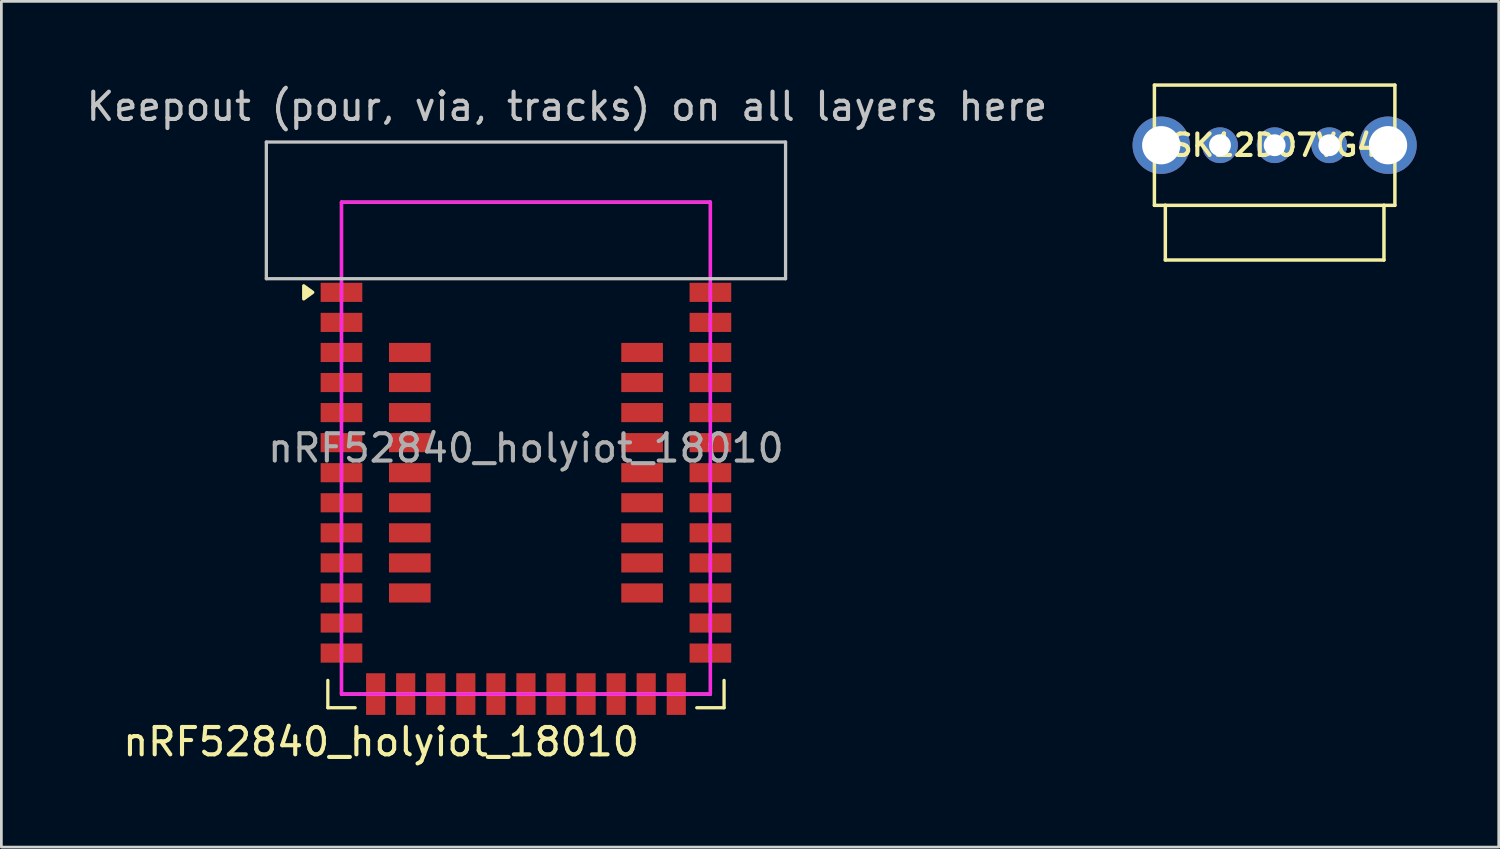
<source format=kicad_pcb>
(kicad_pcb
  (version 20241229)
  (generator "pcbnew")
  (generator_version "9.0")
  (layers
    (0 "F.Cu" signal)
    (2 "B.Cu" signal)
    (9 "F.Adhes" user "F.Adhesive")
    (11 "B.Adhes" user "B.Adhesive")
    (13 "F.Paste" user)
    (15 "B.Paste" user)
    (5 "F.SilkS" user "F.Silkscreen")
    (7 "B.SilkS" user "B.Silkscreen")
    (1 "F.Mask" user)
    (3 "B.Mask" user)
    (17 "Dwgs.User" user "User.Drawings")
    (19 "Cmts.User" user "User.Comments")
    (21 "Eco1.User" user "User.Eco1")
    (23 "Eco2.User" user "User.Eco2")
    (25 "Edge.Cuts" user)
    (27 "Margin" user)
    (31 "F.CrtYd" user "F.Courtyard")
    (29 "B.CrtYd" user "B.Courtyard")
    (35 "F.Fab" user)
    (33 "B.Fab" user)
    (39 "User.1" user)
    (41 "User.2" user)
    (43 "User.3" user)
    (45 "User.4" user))
  (footprint "SK12D07VG4"
    (layer "F.Cu")
    (at 43.593 2.264)
    (property "Reference" "SK12D07VG4" (at 0 0 0) (layer "F.SilkS") (effects (font (size 0.787 0.787) (thickness 0.15))))
    (attr through_hole)
    (fp_line (start -4.4 -2.2) (end 4.4 -2.2) (stroke (width 0.127) (type solid)) (layer "F.SilkS"))
    (fp_line (start -4.4 2.2) (end -4.4 -2.2) (stroke (width 0.127) (type solid)) (layer "F.SilkS"))
    (fp_line (start -4 2.2) (end -4.4 2.2) (stroke (width 0.127) (type solid)) (layer "F.SilkS"))
    (fp_line (start -4 2.2) (end -4 4.2) (stroke (width 0.127) (type solid)) (layer "F.SilkS"))
    (fp_line (start -4 4.2) (end 4 4.2) (stroke (width 0.127) (type solid)) (layer "F.SilkS"))
    (fp_line (start 4 2.2) (end -4 2.2) (stroke (width 0.127) (type solid)) (layer "F.SilkS"))
    (fp_line (start 4 4.2) (end 4 2.2) (stroke (width 0.127) (type solid)) (layer "F.SilkS"))
    (fp_line (start 4.4 -2.2) (end 4.4 2.2) (stroke (width 0.127) (type solid)) (layer "F.SilkS"))
    (fp_line (start 4.4 2.2) (end 4 2.2) (stroke (width 0.127) (type solid)) (layer "F.SilkS"))
    (pad "1" thru_hole circle (at -2 0) (size 1.308 1.308) (drill 0.8) (layers "*.Cu" "*.Mask"))
    (pad "2" thru_hole circle (at 2 0) (size 1.308 1.308) (drill 0.8) (layers "*.Cu" "*.Mask"))
    (pad "COM" thru_hole circle (at 0 0) (size 1.308 1.308) (drill 0.8) (layers "*.Cu" "*.Mask"))
    (pad "M1" thru_hole circle (at -4.15 0) (size 2.1 2.1) (drill 1.4) (layers "*.Cu" "*.Mask"))
    (pad "M2" thru_hole circle (at 4.15 0) (size 2.1 2.1) (drill 1.4) (layers "*.Cu" "*.Mask")))
  (footprint "nRF52840_holyiot_18010"
    (layer "F.Cu")
    (at 16.196 13.348)
    (property "Reference" "nRF52840_holyiot_18010" (at -5.3 10.75 0) (layer "F.SilkS") (effects (font (size 1 1) (thickness 0.15))))
    (attr smd)
    (fp_line (start -7.25 8.5) (end -7.25 9.5) (stroke (width 0.12) (type solid)) (layer "F.SilkS"))
    (fp_line (start -6.25 9.5) (end -7.25 9.5) (stroke (width 0.12) (type solid)) (layer "F.SilkS"))
    (fp_line (start 6.25 9.5) (end 7.25 9.5) (stroke (width 0.12) (type solid)) (layer "F.SilkS"))
    (fp_line (start 7.25 8.5) (end 7.25 9.5) (stroke (width 0.12) (type solid)) (layer "F.SilkS"))
    (fp_poly (pts (xy -7.802 -5.7) (xy -8.132 -5.46) (xy -8.132 -5.94) (xy -7.802 -5.7)) (stroke (width 0.12) (type solid)) (fill yes) (layer "F.SilkS"))
    (fp_line (start -9.5 -11.2) (end 9.5 -11.2) (stroke (width 0.12) (type solid)) (layer "Dwgs.User"))
    (fp_line (start -9.5 -6.2) (end -9.5 -11.2) (stroke (width 0.12) (type solid)) (layer "Dwgs.User"))
    (fp_line (start 9.5 -11.2) (end 9.5 -6.2) (stroke (width 0.12) (type solid)) (layer "Dwgs.User"))
    (fp_line (start 9.5 -6.2) (end -9.5 -6.2) (stroke (width 0.12) (type solid)) (layer "Dwgs.User"))
    (fp_line (start -6.75 -9) (end 6.75 -9) (stroke (width 0.12) (type solid)) (layer "F.CrtYd"))
    (fp_line (start -6.75 9) (end -6.75 -9) (stroke (width 0.12) (type solid)) (layer "F.CrtYd"))
    (fp_line (start 6.75 -9) (end 6.75 9) (stroke (width 0.12) (type solid)) (layer "F.CrtYd"))
    (fp_line (start 6.75 9) (end -6.75 9) (stroke (width 0.12) (type solid)) (layer "F.CrtYd"))
    (fp_line (start -6.75 -9) (end 6.75 -9) (stroke (width 0.12) (type solid)) (layer "F.Fab"))
    (fp_line (start -6.75 9) (end -6.75 -9) (stroke (width 0.12) (type solid)) (layer "F.Fab"))
    (fp_line (start 6.75 -9) (end 6.75 9) (stroke (width 0.12) (type solid)) (layer "F.Fab"))
    (fp_line (start 6.75 9) (end -6.75 9) (stroke (width 0.12) (type solid)) (layer "F.Fab"))
    (fp_text user "Keepout (pour, via, tracks) on all layers here" (at 1.5 -12.5 0) (layer "Dwgs.User") (effects (font (size 1 1) (thickness 0.15))))
    (fp_text user "${REFERENCE}" (at 0 0 0) (layer "F.Fab") (effects (font (size 1 1) (thickness 0.15))))
    (pad "1" smd rect (at -6.75 -5.7) (size 1.524 0.7) (layers "F.Cu" "F.Mask" "F.Paste"))
    (pad "2" smd rect (at -6.75 -4.6) (size 1.524 0.7) (layers "F.Cu" "F.Mask" "F.Paste"))
    (pad "3" smd rect (at -6.75 -3.5) (size 1.524 0.7) (layers "F.Cu" "F.Mask" "F.Paste"))
    (pad "4" smd rect (at -6.75 -2.4) (size 1.524 0.7) (layers "F.Cu" "F.Mask" "F.Paste"))
    (pad "5" smd rect (at -6.75 -1.3) (size 1.524 0.7) (layers "F.Cu" "F.Mask" "F.Paste"))
    (pad "6" smd rect (at -6.75 -0.2) (size 1.524 0.7) (layers "F.Cu" "F.Mask" "F.Paste"))
    (pad "7" smd rect (at -6.75 0.9) (size 1.524 0.7) (layers "F.Cu" "F.Mask" "F.Paste"))
    (pad "8" smd rect (at -6.75 2) (size 1.524 0.7) (layers "F.Cu" "F.Mask" "F.Paste"))
    (pad "9" smd rect (at -6.75 3.1) (size 1.524 0.7) (layers "F.Cu" "F.Mask" "F.Paste"))
    (pad "10" smd rect (at -6.75 4.2) (size 1.524 0.7) (layers "F.Cu" "F.Mask" "F.Paste"))
    (pad "11" smd rect (at -6.75 5.3) (size 1.524 0.7) (layers "F.Cu" "F.Mask" "F.Paste"))
    (pad "12" smd rect (at -6.75 6.4) (size 1.524 0.7) (layers "F.Cu" "F.Mask" "F.Paste"))
    (pad "13" smd rect (at -6.75 7.5) (size 1.524 0.7) (layers "F.Cu" "F.Mask" "F.Paste"))
    (pad "14" smd rect (at -5.5 9 90) (size 1.524 0.7) (layers "F.Cu" "F.Mask" "F.Paste"))
    (pad "15" smd rect (at -4.4 9 90) (size 1.524 0.7) (layers "F.Cu" "F.Mask" "F.Paste"))
    (pad "16" smd rect (at -3.3 9 90) (size 1.524 0.7) (layers "F.Cu" "F.Mask" "F.Paste"))
    (pad "17" smd rect (at -2.2 9 90) (size 1.524 0.7) (layers "F.Cu" "F.Mask" "F.Paste"))
    (pad "18" smd rect (at -1.1 9 90) (size 1.524 0.7) (layers "F.Cu" "F.Mask" "F.Paste"))
    (pad "19" smd rect (at 0 9 90) (size 1.524 0.7) (layers "F.Cu" "F.Mask" "F.Paste"))
    (pad "20" smd rect (at 1.1 9 90) (size 1.524 0.7) (layers "F.Cu" "F.Mask" "F.Paste"))
    (pad "21" smd rect (at 2.2 9 90) (size 1.524 0.7) (layers "F.Cu" "F.Mask" "F.Paste"))
    (pad "22" smd rect (at 3.3 9 90) (size 1.524 0.7) (layers "F.Cu" "F.Mask" "F.Paste"))
    (pad "23" smd rect (at 4.4 9 90) (size 1.524 0.7) (layers "F.Cu" "F.Mask" "F.Paste"))
    (pad "24" smd rect (at 5.5 9 90) (size 1.524 0.7) (layers "F.Cu" "F.Mask" "F.Paste"))
    (pad "25" smd rect (at 6.75 7.5 180) (size 1.524 0.7) (layers "F.Cu" "F.Mask" "F.Paste"))
    (pad "26" smd rect (at 6.75 6.4 180) (size 1.524 0.7) (layers "F.Cu" "F.Mask" "F.Paste"))
    (pad "27" smd rect (at 6.75 5.3 180) (size 1.524 0.7) (layers "F.Cu" "F.Mask" "F.Paste"))
    (pad "28" smd rect (at 6.75 4.2 180) (size 1.524 0.7) (layers "F.Cu" "F.Mask" "F.Paste"))
    (pad "29" smd rect (at 6.75 3.1 180) (size 1.524 0.7) (layers "F.Cu" "F.Mask" "F.Paste"))
    (pad "30" smd rect (at 6.75 2 180) (size 1.524 0.7) (layers "F.Cu" "F.Mask" "F.Paste"))
    (pad "31" smd rect (at 6.75 0.9 180) (size 1.524 0.7) (layers "F.Cu" "F.Mask" "F.Paste"))
    (pad "32" smd rect (at 6.75 -0.2 180) (size 1.524 0.7) (layers "F.Cu" "F.Mask" "F.Paste"))
    (pad "33" smd rect (at 6.75 -1.3 180) (size 1.524 0.7) (layers "F.Cu" "F.Mask" "F.Paste"))
    (pad "34" smd rect (at 6.75 -2.4 180) (size 1.524 0.7) (layers "F.Cu" "F.Mask" "F.Paste"))
    (pad "35" smd rect (at 6.75 -3.5 180) (size 1.524 0.7) (layers "F.Cu" "F.Mask" "F.Paste"))
    (pad "36" smd rect (at 6.75 -4.6 180) (size 1.524 0.7) (layers "F.Cu" "F.Mask" "F.Paste"))
    (pad "37" smd rect (at 6.75 -5.7 180) (size 1.524 0.7) (layers "F.Cu" "F.Mask" "F.Paste"))
    (pad "38" smd rect (at -4.25 -3.5 180) (size 1.524 0.7) (layers "F.Cu" "F.Mask" "F.Paste"))
    (pad "39" smd rect (at -4.25 -2.4 180) (size 1.524 0.7) (layers "F.Cu" "F.Mask" "F.Paste"))
    (pad "40" smd rect (at -4.25 -1.3 180) (size 1.524 0.7) (layers "F.Cu" "F.Mask" "F.Paste"))
    (pad "41" smd rect (at -4.25 -0.2 180) (size 1.524 0.7) (layers "F.Cu" "F.Mask" "F.Paste"))
    (pad "42" smd rect (at -4.25 0.9 180) (size 1.524 0.7) (layers "F.Cu" "F.Mask" "F.Paste"))
    (pad "43" smd rect (at -4.25 2 180) (size 1.524 0.7) (layers "F.Cu" "F.Mask" "F.Paste"))
    (pad "44" smd rect (at -4.25 3.1 180) (size 1.524 0.7) (layers "F.Cu" "F.Mask" "F.Paste"))
    (pad "45" smd rect (at -4.25 4.2 180) (size 1.524 0.7) (layers "F.Cu" "F.Mask" "F.Paste"))
    (pad "46" smd rect (at -4.25 5.3 180) (size 1.524 0.7) (layers "F.Cu" "F.Mask" "F.Paste"))
    (pad "47" smd rect (at 4.25 -3.5 180) (size 1.524 0.7) (layers "F.Cu" "F.Mask" "F.Paste"))
    (pad "48" smd rect (at 4.25 -2.4 180) (size 1.524 0.7) (layers "F.Cu" "F.Mask" "F.Paste"))
    (pad "49" smd rect (at 4.25 -1.3 180) (size 1.524 0.7) (layers "F.Cu" "F.Mask" "F.Paste"))
    (pad "50" smd rect (at 4.25 -0.2 180) (size 1.524 0.7) (layers "F.Cu" "F.Mask" "F.Paste"))
    (pad "51" smd rect (at 4.25 0.9 180) (size 1.524 0.7) (layers "F.Cu" "F.Mask" "F.Paste"))
    (pad "52" smd rect (at 4.25 2 180) (size 1.524 0.7) (layers "F.Cu" "F.Mask" "F.Paste"))
    (pad "53" smd rect (at 4.25 3.1 180) (size 1.524 0.7) (layers "F.Cu" "F.Mask" "F.Paste"))
    (pad "54" smd rect (at 4.25 4.2 180) (size 1.524 0.7) (layers "F.Cu" "F.Mask" "F.Paste"))
    (pad "55" smd rect (at 4.25 5.3 180) (size 1.524 0.7) (layers "F.Cu" "F.Mask" "F.Paste"))
    (zone (net_name "") (layers "F.Cu" "B.Cu") (hatch edge 0.5) (connect_pads) (min_thickness 0.25) (filled_areas_thickness no) (keepout (tracks not_allowed) (vias not_allowed) (pads not_allowed) (copperpour not_allowed) (footprints not_allowed)) (placement (enabled no)) (fill) (polygon (pts (xy 6.696 7.148) (xy 6.696 2.148) (xy 25.696 2.148) (xy 25.696 7.148)))))
  (gr_rect
    (start -3 -3)
    (end 51.793 27.947)
    (stroke (width 0.1) (type default))
    (fill no)
    (layer "Edge.Cuts")))
</source>
